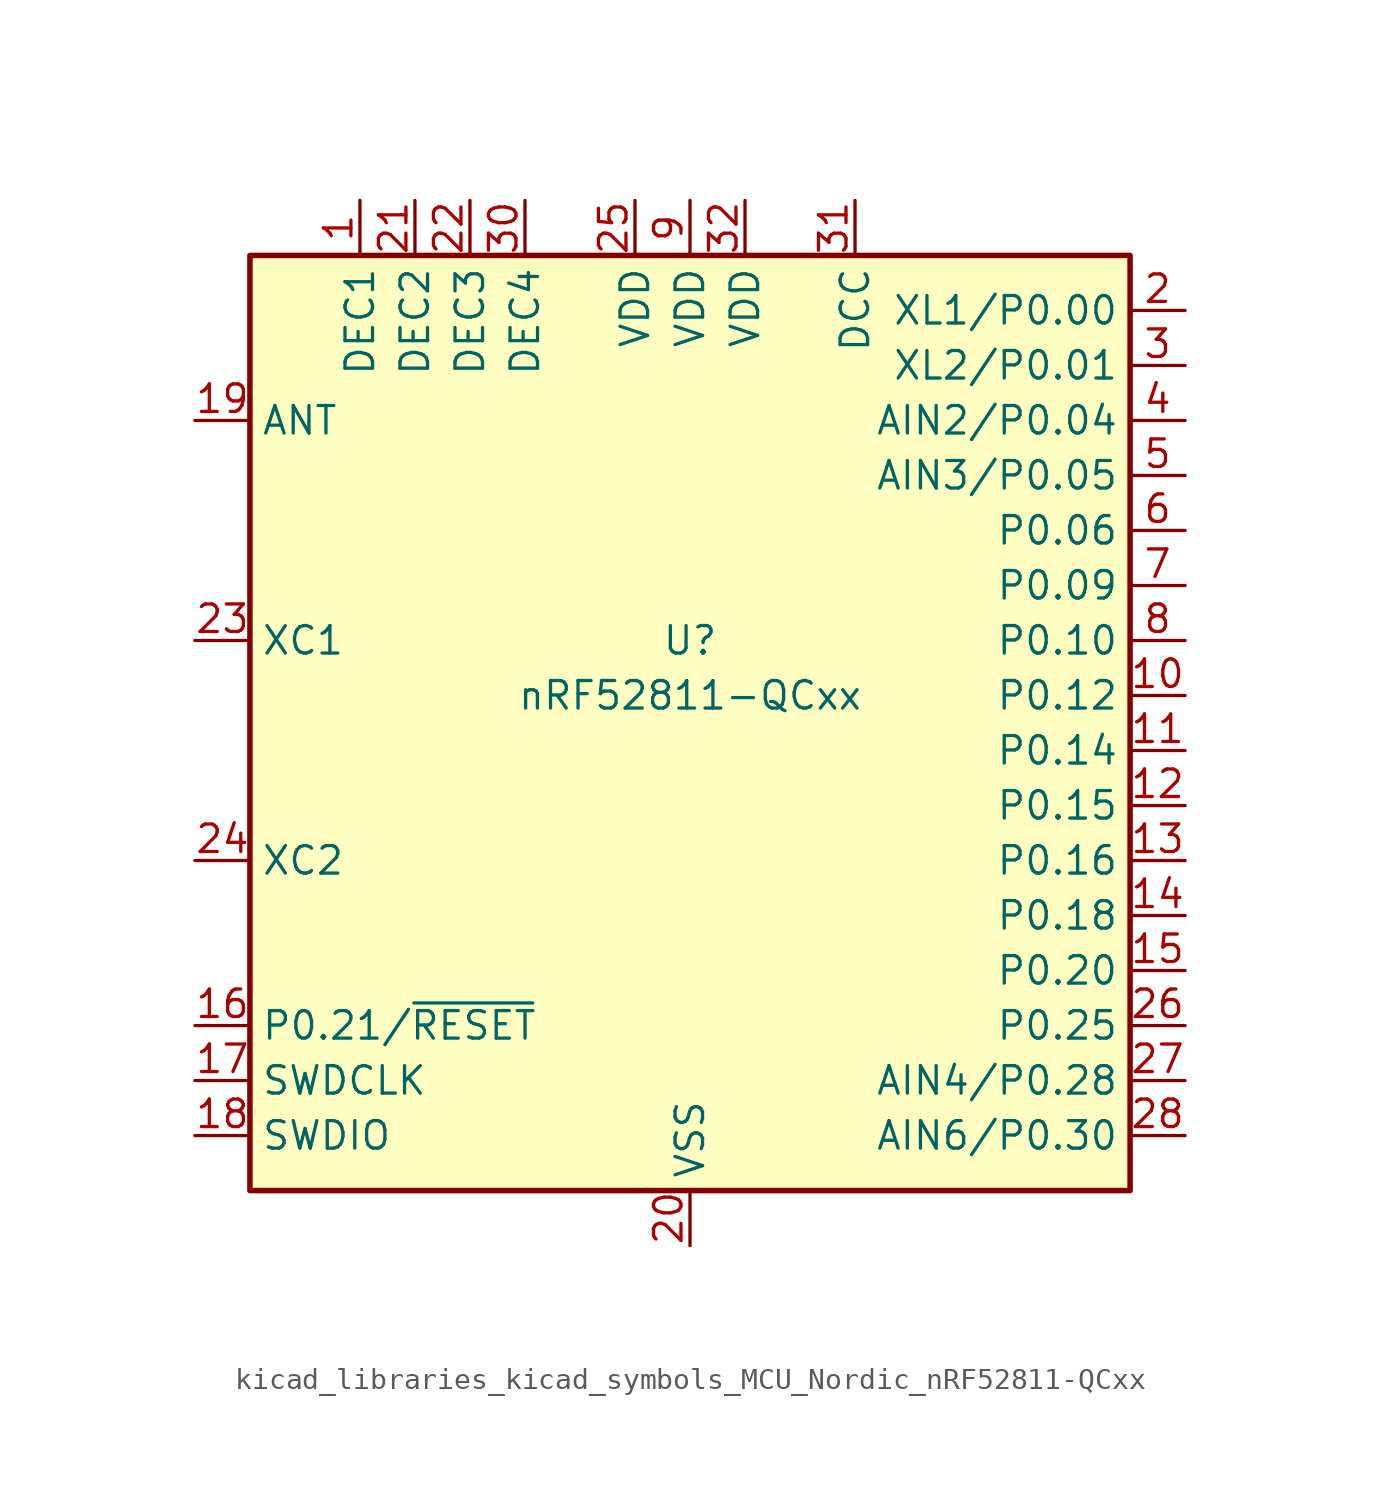
<source format=kicad_sym>
(kicad_symbol_lib
  (version 20220914)
  (generator kicad_symbol_editor)
  (symbol "kicad_libraries_kicad_symbols_MCU_Nordic_nRF52811-QCxx"
    (property "Reference" "U"
      (at 0 5.08 0)
      (effects (font (size 1.27 1.27))))
    (property "Value" "nRF52811-QCxx"
      (at 0 2.54 0)
      (effects (font (size 1.27 1.27))))
    (symbol "kicad_libraries_kicad_symbols_MCU_Nordic_nRF52811-QCxx_0_1"
      (rectangle (start -20.32 22.86) (end 20.32 -20.32) (stroke (width 0.254) (type default)) (fill (type background))))
    (symbol "kicad_libraries_kicad_symbols_MCU_Nordic_nRF52811-QCxx_1_1"
      (pin passive line (at -15.24 25.4 270) (length 2.54) (name "DEC1" (effects (font (size 1.27 1.27)))) (number "1" (effects (font (size 1.27 1.27)))))
      (pin bidirectional line (at 22.86 2.54 180) (length 2.54) (name "P0.12" (effects (font (size 1.27 1.27)))) (number "10" (effects (font (size 1.27 1.27)))))
      (pin bidirectional line (at 22.86 0 180) (length 2.54) (name "P0.14" (effects (font (size 1.27 1.27)))) (number "11" (effects (font (size 1.27 1.27)))))
      (pin bidirectional line (at 22.86 -2.54 180) (length 2.54) (name "P0.15" (effects (font (size 1.27 1.27)))) (number "12" (effects (font (size 1.27 1.27)))))
      (pin bidirectional line (at 22.86 -5.08 180) (length 2.54) (name "P0.16" (effects (font (size 1.27 1.27)))) (number "13" (effects (font (size 1.27 1.27)))))
      (pin bidirectional line (at 22.86 -7.62 180) (length 2.54) (name "P0.18" (effects (font (size 1.27 1.27)))) (number "14" (effects (font (size 1.27 1.27)))))
      (pin bidirectional line (at 22.86 -10.16 180) (length 2.54) (name "P0.20" (effects (font (size 1.27 1.27)))) (number "15" (effects (font (size 1.27 1.27)))))
      (pin bidirectional line (at -22.86 -12.7 0) (length 2.54) (name "P0.21/~{RESET}" (effects (font (size 1.27 1.27)))) (number "16" (effects (font (size 1.27 1.27)))))
      (pin input line (at -22.86 -15.24 0) (length 2.54) (name "SWDCLK" (effects (font (size 1.27 1.27)))) (number "17" (effects (font (size 1.27 1.27)))))
      (pin bidirectional line (at -22.86 -17.78 0) (length 2.54) (name "SWDIO" (effects (font (size 1.27 1.27)))) (number "18" (effects (font (size 1.27 1.27)))))
      (pin passive line (at -22.86 15.24 0) (length 2.54) (name "ANT" (effects (font (size 1.27 1.27)))) (number "19" (effects (font (size 1.27 1.27)))))
      (pin bidirectional line (at 22.86 20.32 180) (length 2.54) (name "XL1/P0.00" (effects (font (size 1.27 1.27)))) (number "2" (effects (font (size 1.27 1.27)))))
      (pin power_in line (at 0 -22.86 90) (length 2.54) (name "VSS" (effects (font (size 1.27 1.27)))) (number "20" (effects (font (size 1.27 1.27)))))
      (pin passive line (at -12.7 25.4 270) (length 2.54) (name "DEC2" (effects (font (size 1.27 1.27)))) (number "21" (effects (font (size 1.27 1.27)))))
      (pin passive line (at -10.16 25.4 270) (length 2.54) (name "DEC3" (effects (font (size 1.27 1.27)))) (number "22" (effects (font (size 1.27 1.27)))))
      (pin input line (at -22.86 5.08 0) (length 2.54) (name "XC1" (effects (font (size 1.27 1.27)))) (number "23" (effects (font (size 1.27 1.27)))))
      (pin input line (at -22.86 -5.08 0) (length 2.54) (name "XC2" (effects (font (size 1.27 1.27)))) (number "24" (effects (font (size 1.27 1.27)))))
      (pin power_in line (at -2.54 25.4 270) (length 2.54) (name "VDD" (effects (font (size 1.27 1.27)))) (number "25" (effects (font (size 1.27 1.27)))))
      (pin bidirectional line (at 22.86 -12.7 180) (length 2.54) (name "P0.25" (effects (font (size 1.27 1.27)))) (number "26" (effects (font (size 1.27 1.27)))))
      (pin bidirectional line (at 22.86 -15.24 180) (length 2.54) (name "AIN4/P0.28" (effects (font (size 1.27 1.27)))) (number "27" (effects (font (size 1.27 1.27)))))
      (pin bidirectional line (at 22.86 -17.78 180) (length 2.54) (name "AIN6/P0.30" (effects (font (size 1.27 1.27)))) (number "28" (effects (font (size 1.27 1.27)))))
      (pin passive line (at 0 -22.86 90) (length 2.54) hide (name "VSS" (effects (font (size 1.27 1.27)))) (number "29" (effects (font (size 1.27 1.27)))))
      (pin bidirectional line (at 22.86 17.78 180) (length 2.54) (name "XL2/P0.01" (effects (font (size 1.27 1.27)))) (number "3" (effects (font (size 1.27 1.27)))))
      (pin passive line (at -7.62 25.4 270) (length 2.54) (name "DEC4" (effects (font (size 1.27 1.27)))) (number "30" (effects (font (size 1.27 1.27)))))
      (pin power_out line (at 7.62 25.4 270) (length 2.54) (name "DCC" (effects (font (size 1.27 1.27)))) (number "31" (effects (font (size 1.27 1.27)))))
      (pin power_in line (at 2.54 25.4 270) (length 2.54) (name "VDD" (effects (font (size 1.27 1.27)))) (number "32" (effects (font (size 1.27 1.27)))))
      (pin passive line (at 0 -22.86 90) (length 2.54) hide (name "VSS" (effects (font (size 1.27 1.27)))) (number "33" (effects (font (size 1.27 1.27)))))
      (pin bidirectional line (at 22.86 15.24 180) (length 2.54) (name "AIN2/P0.04" (effects (font (size 1.27 1.27)))) (number "4" (effects (font (size 1.27 1.27)))))
      (pin bidirectional line (at 22.86 12.7 180) (length 2.54) (name "AIN3/P0.05" (effects (font (size 1.27 1.27)))) (number "5" (effects (font (size 1.27 1.27)))))
      (pin bidirectional line (at 22.86 10.16 180) (length 2.54) (name "P0.06" (effects (font (size 1.27 1.27)))) (number "6" (effects (font (size 1.27 1.27)))))
      (pin bidirectional line (at 22.86 7.62 180) (length 2.54) (name "P0.09" (effects (font (size 1.27 1.27)))) (number "7" (effects (font (size 1.27 1.27)))))
      (pin bidirectional line (at 22.86 5.08 180) (length 2.54) (name "P0.10" (effects (font (size 1.27 1.27)))) (number "8" (effects (font (size 1.27 1.27)))))
      (pin power_in line (at 0 25.4 270) (length 2.54) (name "VDD" (effects (font (size 1.27 1.27)))) (number "9" (effects (font (size 1.27 1.27))))))))
</source>
